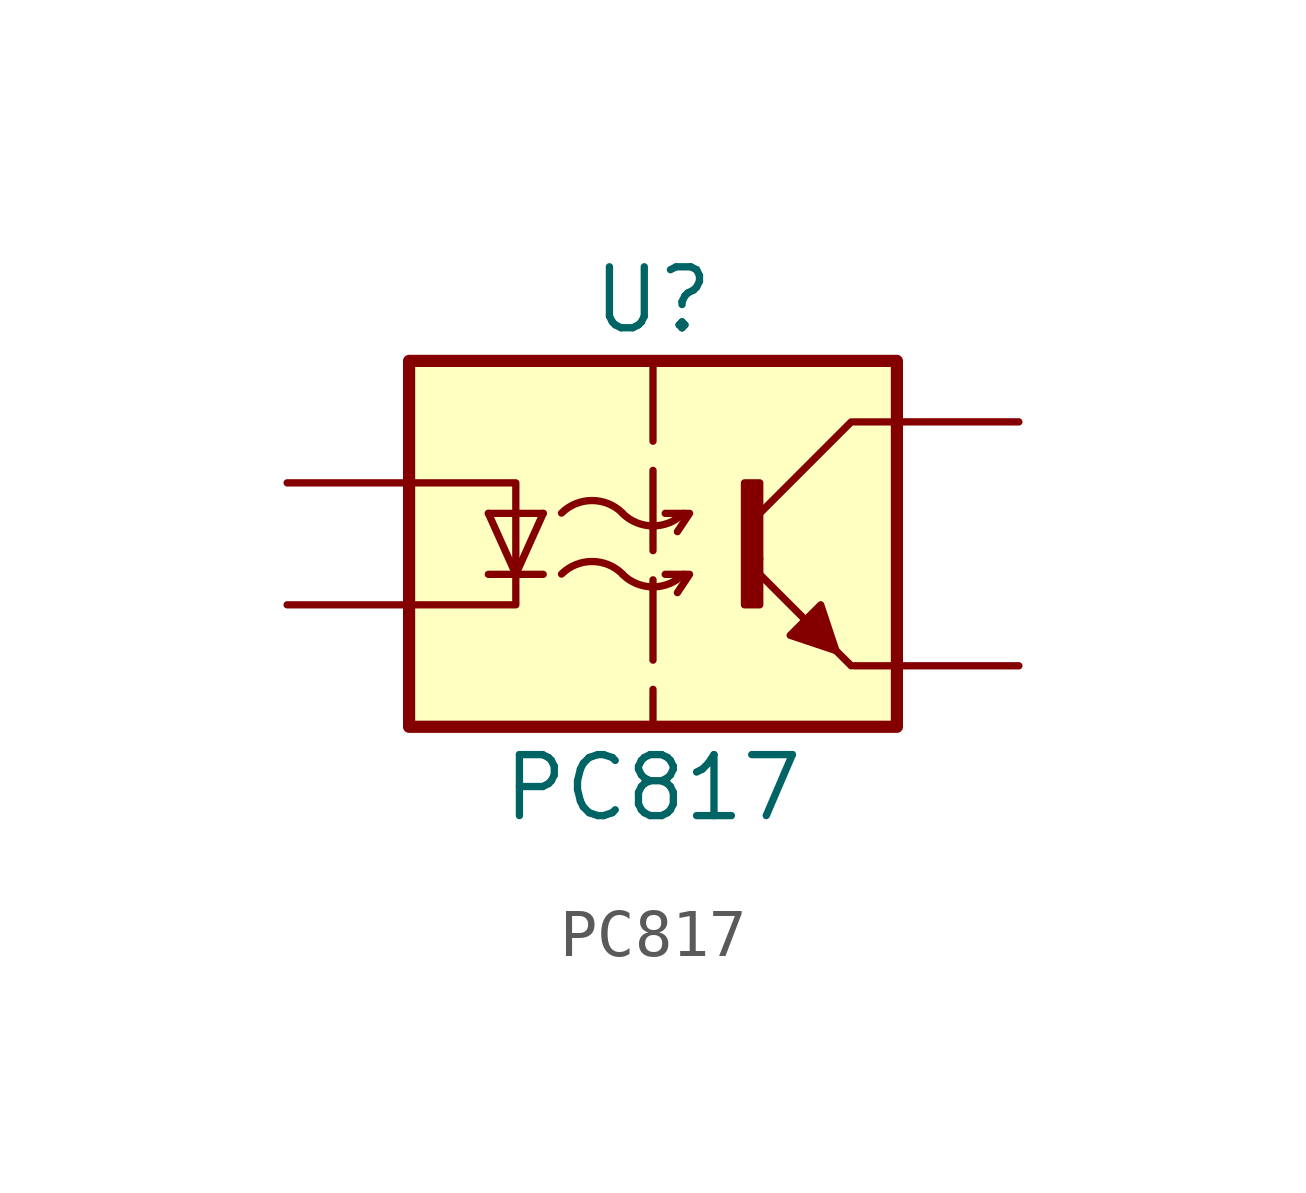
<source format=kicad_sym>
(kicad_symbol_lib
  (version 20241209)
  (generator "kicad_symbol_editor")
  (generator_version "9.0")
  (symbol "PC817"
    (pin_names
      (hide yes))
    (property "Reference" "U"
      (at 0 5.08 0)
      (effects (font (size 1.27 1.27))))
    (property "Value" "PC817"
      (at 0 -5.08 0)
      (effects (font (size 1.27 1.27))))
    (symbol "PC817_0_1"
      (rectangle (start -5.08 3.81) (end 5.08 -3.81) (stroke (width 0.254) (type default)) (fill (type background)))
      (polyline (pts (xy -5.08 1.27) (xy -2.857 1.27) (xy -2.857 -1.27) (xy -5.08 -1.27)) (stroke (width 0.152) (type default)) (fill (type none)))
      (polyline (pts (xy -3.429 0.635) (xy -2.286 0.635)) (stroke (width 0.152) (type default)) (fill (type none)))
      (polyline (pts (xy -3.429 -0.635) (xy -2.286 -0.635)) (stroke (width 0.152) (type default)) (fill (type none)))
      (polyline (pts (xy -2.857 -0.635) (xy -3.429 0.635)) (stroke (width 0.152) (type default)) (fill (type none)))
      (polyline (pts (xy -2.857 -0.635) (xy -2.286 0.635)) (stroke (width 0.152) (type default)) (fill (type none)))
      (arc (start -1.905 0.6409) (mid -1.27 0.9022) (end -0.635 0.6409) (stroke (width 0.1524) (type default)) (fill (type none)))
      (arc (start -1.905 -0.6291) (mid -1.27 -0.3678) (end -0.635 -0.6291) (stroke (width 0.1524) (type default)) (fill (type none)))
      (arc (start 0.635 0.635) (mid 0 0.3737) (end -0.635 0.635) (stroke (width 0.1524) (type default)) (fill (type none)))
      (arc (start 0.635 -0.635) (mid 0 -0.8963) (end -0.635 -0.635) (stroke (width 0.1524) (type default)) (fill (type none)))
      (polyline (pts (xy 0.508 0.254) (xy 0.762 0.635) (xy 0.254 0.635)) (stroke (width 0.152) (type default)) (fill (type none)))
      (polyline (pts (xy 0.508 -1.016) (xy 0.762 -0.635) (xy 0.254 -0.635)) (stroke (width 0.152) (type default)) (fill (type none)))
      (rectangle (start 1.905 1.27) (end 2.223 -1.27) (stroke (width 0.152) (type default)) (fill (type outline)))
      (rectangle (start 2.223 -0.318) (end 2.223 -0.318) (stroke (width 0.152) (type default)) (fill (type none)))
      (polyline (pts (xy 2.223 -0.635) (xy 4.128 -2.54)) (stroke (width 0.152) (type default)) (fill (type none)))
      (polyline (pts (xy 3.81 -2.223) (xy 3.493 -1.27) (xy 2.857 -1.905) (xy 3.81 -2.223)) (stroke (width 0.152) (type default)) (fill (type outline)))
      (polyline (pts (xy 4.128 2.54) (xy 2.223 0.635)) (stroke (width 0.152) (type default)) (fill (type none))))
    (symbol "PC817_1_1"
      (polyline (pts (xy 0 3.81) (xy 0 -3.81)) (stroke (width 0.152) (type dash)) (fill (type none)))
      (polyline (pts (xy 5.08 2.54) (xy 4.191 2.54)) (stroke (width 0.152) (type default)) (fill (type none)))
      (polyline (pts (xy 5.08 -2.54) (xy 4.191 -2.54)) (stroke (width 0.152) (type default)) (fill (type none)))
      (pin passive line (at -7.62 1.27 0) (length 2.54) (name "A" (effects (font (size 1.27 1.27)))) (number "" (effects (font (size 1.27 1.27)))))
      (pin passive line (at -7.62 -1.27 0) (length 2.54) (name "C" (effects (font (size 1.27 1.27)))) (number "" (effects (font (size 1.27 1.27)))))
      (pin passive line (at 7.62 2.54 180) (length 2.54) (name "C" (effects (font (size 1.27 1.27)))) (number "" (effects (font (size 1.27 1.27)))))
      (pin passive line (at 7.62 -2.54 180) (length 2.54) (name "E" (effects (font (size 1.27 1.27)))) (number "" (effects (font (size 1.27 1.27))))))))
</source>
